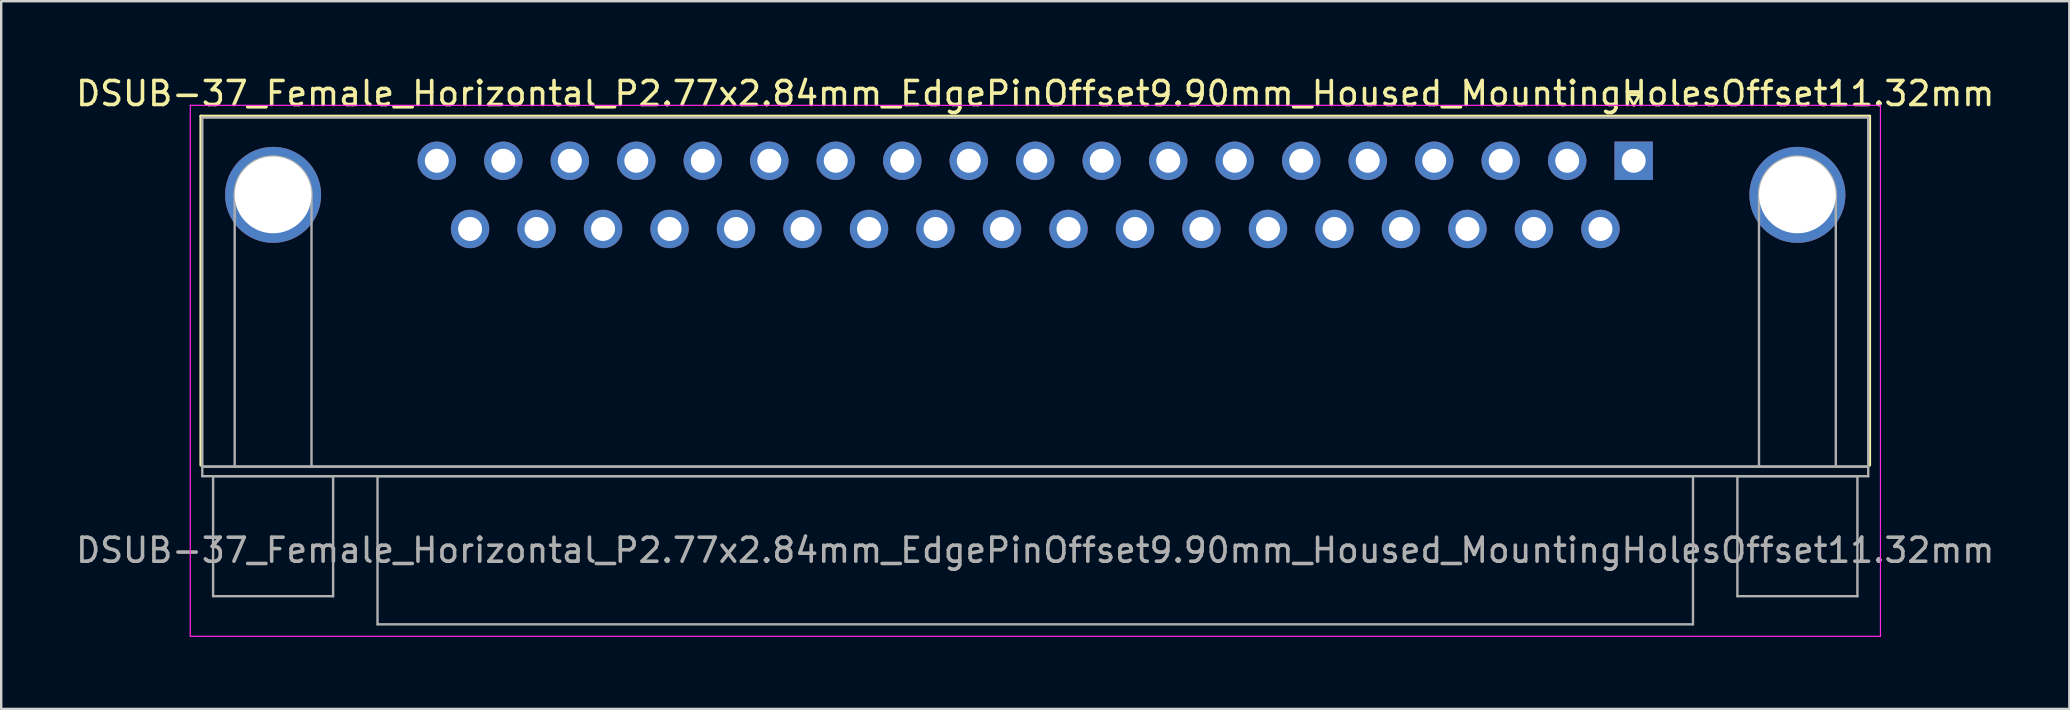
<source format=kicad_pcb>
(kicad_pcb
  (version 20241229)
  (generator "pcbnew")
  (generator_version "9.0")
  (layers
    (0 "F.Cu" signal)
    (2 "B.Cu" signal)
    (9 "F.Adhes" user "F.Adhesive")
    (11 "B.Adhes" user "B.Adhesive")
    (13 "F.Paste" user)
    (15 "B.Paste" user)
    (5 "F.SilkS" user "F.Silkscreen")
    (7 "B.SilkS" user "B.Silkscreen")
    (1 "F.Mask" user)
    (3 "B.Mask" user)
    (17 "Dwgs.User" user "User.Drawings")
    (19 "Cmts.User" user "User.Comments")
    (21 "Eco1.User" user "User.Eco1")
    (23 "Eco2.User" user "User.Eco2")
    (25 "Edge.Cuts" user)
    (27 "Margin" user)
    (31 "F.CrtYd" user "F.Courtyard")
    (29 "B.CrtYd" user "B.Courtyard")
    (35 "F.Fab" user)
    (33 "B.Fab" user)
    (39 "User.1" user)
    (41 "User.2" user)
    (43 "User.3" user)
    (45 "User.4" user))
  (footprint "DSUB-37_Female_Horizontal_P2.77x2.84mm_EdgePinOffset9.90mm_Housed_MountingHolesOffset11.32mm"
    (layer "F.Cu")
    (at 65.007 3.648)
    (property "Reference" "DSUB-37_Female_Horizontal_P2.77x2.84mm_EdgePinOffset9.90mm_Housed_MountingHolesOffset11.32mm" (at -24.93 -2.8 0) (layer "F.SilkS") (effects (font (size 1 1) (thickness 0.15))))
    (attr through_hole)
    (fp_line (start -59.69 -1.86) (end 9.83 -1.86) (stroke (width 0.12) (type solid)) (layer "F.SilkS"))
    (fp_line (start -59.69 12.68) (end -59.69 -1.86) (stroke (width 0.12) (type solid)) (layer "F.SilkS"))
    (fp_line (start -0.25 -2.754) (end 0.25 -2.754) (stroke (width 0.12) (type solid)) (layer "F.SilkS"))
    (fp_line (start 0 -2.321) (end -0.25 -2.754) (stroke (width 0.12) (type solid)) (layer "F.SilkS"))
    (fp_line (start 0.25 -2.754) (end 0 -2.321) (stroke (width 0.12) (type solid)) (layer "F.SilkS"))
    (fp_line (start 9.83 -1.86) (end 9.83 12.68) (stroke (width 0.12) (type solid)) (layer "F.SilkS"))
    (fp_line (start -60.13 -2.31) (end -60.13 19.81) (stroke (width 0.05) (type solid)) (layer "F.CrtYd"))
    (fp_line (start -60.13 19.81) (end 10.28 19.81) (stroke (width 0.05) (type solid)) (layer "F.CrtYd"))
    (fp_line (start 10.28 -2.31) (end -60.13 -2.31) (stroke (width 0.05) (type solid)) (layer "F.CrtYd"))
    (fp_line (start 10.28 19.81) (end 10.28 -2.31) (stroke (width 0.05) (type solid)) (layer "F.CrtYd"))
    (fp_line (start -59.63 -1.8) (end -59.63 12.74) (stroke (width 0.1) (type solid)) (layer "F.Fab"))
    (fp_line (start -59.63 12.74) (end -59.63 13.14) (stroke (width 0.1) (type solid)) (layer "F.Fab"))
    (fp_line (start -59.63 12.74) (end 9.77 12.74) (stroke (width 0.1) (type solid)) (layer "F.Fab"))
    (fp_line (start -59.63 13.14) (end 9.77 13.14) (stroke (width 0.1) (type solid)) (layer "F.Fab"))
    (fp_line (start -59.18 13.14) (end -59.18 18.14) (stroke (width 0.1) (type solid)) (layer "F.Fab"))
    (fp_line (start -59.18 18.14) (end -54.18 18.14) (stroke (width 0.1) (type solid)) (layer "F.Fab"))
    (fp_line (start -58.28 12.74) (end -58.28 1.42) (stroke (width 0.1) (type solid)) (layer "F.Fab"))
    (fp_line (start -55.08 12.74) (end -55.08 1.42) (stroke (width 0.1) (type solid)) (layer "F.Fab"))
    (fp_line (start -54.18 13.14) (end -59.18 13.14) (stroke (width 0.1) (type solid)) (layer "F.Fab"))
    (fp_line (start -54.18 18.14) (end -54.18 13.14) (stroke (width 0.1) (type solid)) (layer "F.Fab"))
    (fp_line (start -52.33 13.14) (end -52.33 19.31) (stroke (width 0.1) (type solid)) (layer "F.Fab"))
    (fp_line (start -52.33 19.31) (end 2.47 19.31) (stroke (width 0.1) (type solid)) (layer "F.Fab"))
    (fp_line (start 2.47 13.14) (end -52.33 13.14) (stroke (width 0.1) (type solid)) (layer "F.Fab"))
    (fp_line (start 2.47 19.31) (end 2.47 13.14) (stroke (width 0.1) (type solid)) (layer "F.Fab"))
    (fp_line (start 4.32 13.14) (end 4.32 18.14) (stroke (width 0.1) (type solid)) (layer "F.Fab"))
    (fp_line (start 4.32 18.14) (end 9.32 18.14) (stroke (width 0.1) (type solid)) (layer "F.Fab"))
    (fp_line (start 5.22 12.74) (end 5.22 1.42) (stroke (width 0.1) (type solid)) (layer "F.Fab"))
    (fp_line (start 8.42 12.74) (end 8.42 1.42) (stroke (width 0.1) (type solid)) (layer "F.Fab"))
    (fp_line (start 9.32 13.14) (end 4.32 13.14) (stroke (width 0.1) (type solid)) (layer "F.Fab"))
    (fp_line (start 9.32 18.14) (end 9.32 13.14) (stroke (width 0.1) (type solid)) (layer "F.Fab"))
    (fp_line (start 9.77 -1.8) (end -59.63 -1.8) (stroke (width 0.1) (type solid)) (layer "F.Fab"))
    (fp_line (start 9.77 12.74) (end -59.63 12.74) (stroke (width 0.1) (type solid)) (layer "F.Fab"))
    (fp_line (start 9.77 12.74) (end 9.77 -1.8) (stroke (width 0.1) (type solid)) (layer "F.Fab"))
    (fp_line (start 9.77 13.14) (end 9.77 12.74) (stroke (width 0.1) (type solid)) (layer "F.Fab"))
    (fp_arc (start -58.28 1.42) (mid -56.68 -0.18) (end -55.08 1.42) (stroke (width 0.1) (type solid)) (layer "F.Fab"))
    (fp_arc (start 5.22 1.42) (mid 6.82 -0.18) (end 8.42 1.42) (stroke (width 0.1) (type solid)) (layer "F.Fab"))
    (fp_text user "${REFERENCE}" (at -24.93 16.225 0) (layer "F.Fab") (effects (font (size 1 1) (thickness 0.15))))
    (pad "0" thru_hole circle (at -56.68 1.42) (size 4 4) (drill 3.2) (layers "*.Cu" "*.Mask"))
    (pad "0" thru_hole circle (at 6.82 1.42) (size 4 4) (drill 3.2) (layers "*.Cu" "*.Mask"))
    (pad "1" thru_hole rect (at 0 0) (size 1.6 1.6) (drill 1) (layers "*.Cu" "*.Mask"))
    (pad "2" thru_hole circle (at -2.77 0) (size 1.6 1.6) (drill 1) (layers "*.Cu" "*.Mask"))
    (pad "3" thru_hole circle (at -5.54 0) (size 1.6 1.6) (drill 1) (layers "*.Cu" "*.Mask"))
    (pad "4" thru_hole circle (at -8.31 0) (size 1.6 1.6) (drill 1) (layers "*.Cu" "*.Mask"))
    (pad "5" thru_hole circle (at -11.08 0) (size 1.6 1.6) (drill 1) (layers "*.Cu" "*.Mask"))
    (pad "6" thru_hole circle (at -13.85 0) (size 1.6 1.6) (drill 1) (layers "*.Cu" "*.Mask"))
    (pad "7" thru_hole circle (at -16.62 0) (size 1.6 1.6) (drill 1) (layers "*.Cu" "*.Mask"))
    (pad "8" thru_hole circle (at -19.39 0) (size 1.6 1.6) (drill 1) (layers "*.Cu" "*.Mask"))
    (pad "9" thru_hole circle (at -22.16 0) (size 1.6 1.6) (drill 1) (layers "*.Cu" "*.Mask"))
    (pad "10" thru_hole circle (at -24.93 0) (size 1.6 1.6) (drill 1) (layers "*.Cu" "*.Mask"))
    (pad "11" thru_hole circle (at -27.7 0) (size 1.6 1.6) (drill 1) (layers "*.Cu" "*.Mask"))
    (pad "12" thru_hole circle (at -30.47 0) (size 1.6 1.6) (drill 1) (layers "*.Cu" "*.Mask"))
    (pad "13" thru_hole circle (at -33.24 0) (size 1.6 1.6) (drill 1) (layers "*.Cu" "*.Mask"))
    (pad "14" thru_hole circle (at -36.01 0) (size 1.6 1.6) (drill 1) (layers "*.Cu" "*.Mask"))
    (pad "15" thru_hole circle (at -38.78 0) (size 1.6 1.6) (drill 1) (layers "*.Cu" "*.Mask"))
    (pad "16" thru_hole circle (at -41.55 0) (size 1.6 1.6) (drill 1) (layers "*.Cu" "*.Mask"))
    (pad "17" thru_hole circle (at -44.32 0) (size 1.6 1.6) (drill 1) (layers "*.Cu" "*.Mask"))
    (pad "18" thru_hole circle (at -47.09 0) (size 1.6 1.6) (drill 1) (layers "*.Cu" "*.Mask"))
    (pad "19" thru_hole circle (at -49.86 0) (size 1.6 1.6) (drill 1) (layers "*.Cu" "*.Mask"))
    (pad "20" thru_hole circle (at -1.385 2.84) (size 1.6 1.6) (drill 1) (layers "*.Cu" "*.Mask"))
    (pad "21" thru_hole circle (at -4.155 2.84) (size 1.6 1.6) (drill 1) (layers "*.Cu" "*.Mask"))
    (pad "22" thru_hole circle (at -6.925 2.84) (size 1.6 1.6) (drill 1) (layers "*.Cu" "*.Mask"))
    (pad "23" thru_hole circle (at -9.695 2.84) (size 1.6 1.6) (drill 1) (layers "*.Cu" "*.Mask"))
    (pad "24" thru_hole circle (at -12.465 2.84) (size 1.6 1.6) (drill 1) (layers "*.Cu" "*.Mask"))
    (pad "25" thru_hole circle (at -15.235 2.84) (size 1.6 1.6) (drill 1) (layers "*.Cu" "*.Mask"))
    (pad "26" thru_hole circle (at -18.005 2.84) (size 1.6 1.6) (drill 1) (layers "*.Cu" "*.Mask"))
    (pad "27" thru_hole circle (at -20.775 2.84) (size 1.6 1.6) (drill 1) (layers "*.Cu" "*.Mask"))
    (pad "28" thru_hole circle (at -23.545 2.84) (size 1.6 1.6) (drill 1) (layers "*.Cu" "*.Mask"))
    (pad "29" thru_hole circle (at -26.315 2.84) (size 1.6 1.6) (drill 1) (layers "*.Cu" "*.Mask"))
    (pad "30" thru_hole circle (at -29.085 2.84) (size 1.6 1.6) (drill 1) (layers "*.Cu" "*.Mask"))
    (pad "31" thru_hole circle (at -31.855 2.84) (size 1.6 1.6) (drill 1) (layers "*.Cu" "*.Mask"))
    (pad "32" thru_hole circle (at -34.625 2.84) (size 1.6 1.6) (drill 1) (layers "*.Cu" "*.Mask"))
    (pad "33" thru_hole circle (at -37.395 2.84) (size 1.6 1.6) (drill 1) (layers "*.Cu" "*.Mask"))
    (pad "34" thru_hole circle (at -40.165 2.84) (size 1.6 1.6) (drill 1) (layers "*.Cu" "*.Mask"))
    (pad "35" thru_hole circle (at -42.935 2.84) (size 1.6 1.6) (drill 1) (layers "*.Cu" "*.Mask"))
    (pad "36" thru_hole circle (at -45.705 2.84) (size 1.6 1.6) (drill 1) (layers "*.Cu" "*.Mask"))
    (pad "37" thru_hole circle (at -48.475 2.84) (size 1.6 1.6) (drill 1) (layers "*.Cu" "*.Mask")))
  (gr_rect
    (start -3 -3)
    (end 83.155 26.483)
    (stroke (width 0.1) (type default))
    (fill no)
    (layer "Edge.Cuts")))
</source>
